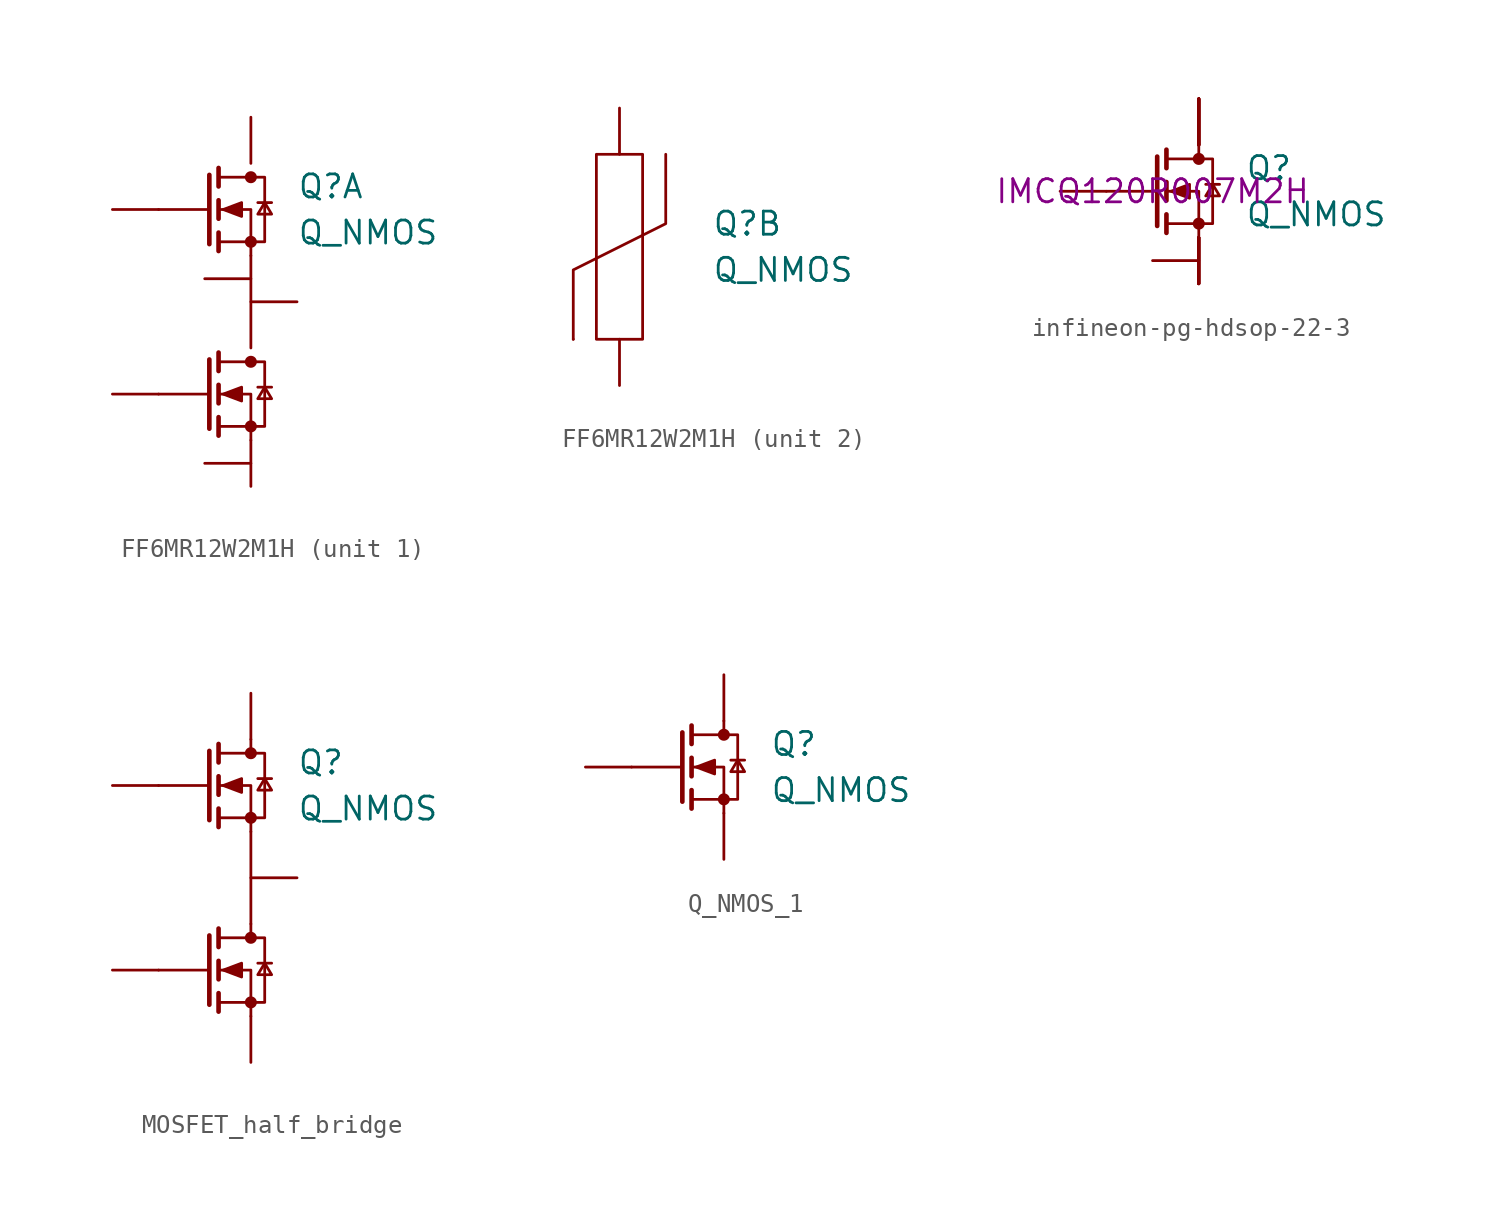
<source format=kicad_sym>
(kicad_symbol_lib
  (version 20241209)
  (generator "kicad_symbol_editor")
  (generator_version "9.0")
  (symbol "FF6MR12W2M1H"
    (pin_numbers
      (hide yes))
    (pin_names
      (offset 0)
      (hide yes))
    (property "Reference" "Q"
      (at 5.08 1.27 0)
      (effects (font (size 1.27 1.27)) (justify left)))
    (property "Value" "Q_NMOS"
      (at 5.08 -1.27 0)
      (effects (font (size 1.27 1.27)) (justify left)))
    (property "ki_locked" ""
      (at 0 0 0)
      (effects (font (size 1.27 1.27))))
    (symbol "FF6MR12W2M1H_1_1"
      (polyline (pts (xy 0.254 1.905) (xy 0.254 -1.905)) (stroke (width 0.254) (type solid)) (fill (type none)))
      (polyline (pts (xy 0.254 0) (xy -2.54 0)) (stroke (width 0) (type solid)) (fill (type none)))
      (polyline (pts (xy 0.254 -8.255) (xy 0.254 -12.065)) (stroke (width 0.254) (type solid)) (fill (type none)))
      (polyline (pts (xy 0.254 -10.16) (xy -2.54 -10.16)) (stroke (width 0) (type solid)) (fill (type none)))
      (polyline (pts (xy 0.762 2.286) (xy 0.762 1.27)) (stroke (width 0.254) (type solid)) (fill (type none)))
      (polyline (pts (xy 0.762 0.508) (xy 0.762 -0.508)) (stroke (width 0.254) (type solid)) (fill (type none)))
      (polyline (pts (xy 0.762 -1.27) (xy 0.762 -2.286)) (stroke (width 0.254) (type solid)) (fill (type none)))
      (polyline (pts (xy 0.762 -1.778) (xy 3.302 -1.778) (xy 3.302 1.778) (xy 0.762 1.778)) (stroke (width 0) (type solid)) (fill (type none)))
      (polyline (pts (xy 0.762 -7.874) (xy 0.762 -8.89)) (stroke (width 0.254) (type solid)) (fill (type none)))
      (polyline (pts (xy 0.762 -9.652) (xy 0.762 -10.668)) (stroke (width 0.254) (type solid)) (fill (type none)))
      (polyline (pts (xy 0.762 -11.43) (xy 0.762 -12.446)) (stroke (width 0.254) (type solid)) (fill (type none)))
      (polyline (pts (xy 0.762 -11.938) (xy 3.302 -11.938) (xy 3.302 -8.382) (xy 0.762 -8.382)) (stroke (width 0) (type solid)) (fill (type none)))
      (polyline (pts (xy 1.016 0) (xy 2.032 0.381) (xy 2.032 -0.381) (xy 1.016 0)) (stroke (width 0) (type solid)) (fill (type outline)))
      (polyline (pts (xy 1.016 -10.16) (xy 2.032 -9.779) (xy 2.032 -10.541) (xy 1.016 -10.16)) (stroke (width 0) (type solid)) (fill (type outline)))
      (circle (center 2.54 1.778) (radius 0.254) (stroke (width 0) (type solid)) (fill (type outline)))
      (circle (center 2.54 -1.778) (radius 0.254) (stroke (width 0) (type solid)) (fill (type outline)))
      (polyline (pts (xy 2.54 -2.54) (xy 2.54 -7.62)) (stroke (width 0) (type solid)) (fill (type none)))
      (polyline (pts (xy 2.54 -2.54) (xy 2.54 0) (xy 0.762 0)) (stroke (width 0) (type solid)) (fill (type none)))
      (circle (center 2.54 -8.382) (radius 0.254) (stroke (width 0) (type solid)) (fill (type outline)))
      (circle (center 2.54 -11.938) (radius 0.254) (stroke (width 0) (type solid)) (fill (type outline)))
      (polyline (pts (xy 2.54 -12.7) (xy 2.54 -10.16) (xy 0.762 -10.16)) (stroke (width 0) (type solid)) (fill (type none)))
      (polyline (pts (xy 2.921 0.381) (xy 3.683 0.381)) (stroke (width 0) (type solid)) (fill (type none)))
      (polyline (pts (xy 2.921 -9.779) (xy 3.683 -9.779)) (stroke (width 0) (type solid)) (fill (type none)))
      (polyline (pts (xy 3.302 0.381) (xy 2.921 -0.254) (xy 3.683 -0.254) (xy 3.302 0.381)) (stroke (width 0) (type solid)) (fill (type none)))
      (polyline (pts (xy 3.302 -9.779) (xy 2.921 -10.414) (xy 3.683 -10.414) (xy 3.302 -9.779)) (stroke (width 0) (type solid)) (fill (type none)))
      (pin input line (at -5.08 0 0) (length 2.54) (name "G1" (effects (font (size 1.27 1.27)))) (number "G1" (effects (font (size 1.27 1.27)))))
      (pin input line (at -5.08 -10.16 0) (length 2.54) (name "G2" (effects (font (size 1.27 1.27)))) (number "G2" (effects (font (size 1.27 1.27)))))
      (pin passive line (at 0 -3.81 0) (length 2.54) (name "HS1" (effects (font (size 1.27 1.27)))) (number "HS1" (effects (font (size 1.27 1.27)))))
      (pin passive line (at 0 -13.97 0) (length 2.54) (name "HS2" (effects (font (size 1.27 1.27)))) (number "HS2" (effects (font (size 1.27 1.27)))))
      (pin passive line (at 2.54 5.08 270) (length 2.54) (name "P1" (effects (font (size 1.27 1.27)))) (number "P1" (effects (font (size 1.27 1.27)))))
      (pin passive line (at 2.54 -15.24 90) (length 2.54) (name "N1" (effects (font (size 1.27 1.27)))) (number "N1" (effects (font (size 1.27 1.27)))))
      (pin passive line (at 5.08 -5.08 180) (length 2.54) (name "X1" (effects (font (size 1.27 1.27)))) (number "X1" (effects (font (size 1.27 1.27))))))
    (symbol "FF6MR12W2M1H_2_1"
      (polyline (pts (xy -2.54 -5.08) (xy -2.54 -5.08)) (stroke (width 0) (type default)) (fill (type none)))
      (rectangle (start -1.27 5.08) (end 1.27 -5.08) (stroke (width 0) (type default)) (fill (type none)))
      (polyline (pts (xy 2.54 5.08) (xy 2.54 1.27) (xy -2.54 -1.27) (xy -2.54 -5.08)) (stroke (width 0) (type default)) (fill (type none)))
      (pin passive line (at 0 7.62 270) (length 2.54) (name "X2" (effects (font (size 1.27 1.27)))) (number "X2" (effects (font (size 1.27 1.27)))))
      (pin passive line (at 0 -7.62 90) (length 2.54) (name "X3" (effects (font (size 1.27 1.27)))) (number "X3" (effects (font (size 1.27 1.27)))))))
  (symbol "infineon-pg-hdsop-22-3"
    (pin_numbers
      (hide yes))
    (pin_names
      (offset 0)
      (hide yes))
    (property "Reference" "Q"
      (at 5.08 1.27 0)
      (effects (font (size 1.27 1.27)) (justify left)))
    (property "Value" "Q_NMOS"
      (at 5.08 -1.27 0)
      (effects (font (size 1.27 1.27)) (justify left)))
    (property "Part Number" "IMCQ120R007M2H"
      (at 0 0 0)
      (effects (font (size 1.27 1.27))))
    (symbol "infineon-pg-hdsop-22-3_0_1"
      (polyline (pts (xy 0.254 1.905) (xy 0.254 -1.905)) (stroke (width 0.254) (type default)) (fill (type none)))
      (polyline (pts (xy 0.254 0) (xy -2.54 0)) (stroke (width 0) (type default)) (fill (type none)))
      (polyline (pts (xy 0.762 2.286) (xy 0.762 1.27)) (stroke (width 0.254) (type default)) (fill (type none)))
      (polyline (pts (xy 0.762 0.508) (xy 0.762 -0.508)) (stroke (width 0.254) (type default)) (fill (type none)))
      (polyline (pts (xy 0.762 -1.27) (xy 0.762 -2.286)) (stroke (width 0.254) (type default)) (fill (type none)))
      (polyline (pts (xy 0.762 -1.778) (xy 3.302 -1.778) (xy 3.302 1.778) (xy 0.762 1.778)) (stroke (width 0) (type default)) (fill (type none)))
      (polyline (pts (xy 1.016 0) (xy 2.032 0.381) (xy 2.032 -0.381) (xy 1.016 0)) (stroke (width 0) (type default)) (fill (type outline)))
      (polyline (pts (xy 2.54 2.54) (xy 2.54 1.778)) (stroke (width 0) (type default)) (fill (type none)))
      (circle (center 2.54 1.778) (radius 0.254) (stroke (width 0) (type default)) (fill (type outline)))
      (circle (center 2.54 -1.778) (radius 0.254) (stroke (width 0) (type default)) (fill (type outline)))
      (polyline (pts (xy 2.54 -2.54) (xy 2.54 0) (xy 0.762 0)) (stroke (width 0) (type default)) (fill (type none)))
      (polyline (pts (xy 2.921 0.381) (xy 3.683 0.381)) (stroke (width 0) (type default)) (fill (type none)))
      (polyline (pts (xy 3.302 0.381) (xy 2.921 -0.254) (xy 3.683 -0.254) (xy 3.302 0.381)) (stroke (width 0) (type default)) (fill (type none))))
    (symbol "infineon-pg-hdsop-22-3_1_1"
      (pin passive line (at -5.08 0 0) (length 2.54) (name "G" (effects (font (size 1.27 1.27)))) (number "1" (effects (font (size 1.27 1.27)))))
      (pin passive line (at 0 -3.81 0) (length 2.54) (name "S1" (effects (font (size 1.27 1.27)))) (number "2" (effects (font (size 1.27 1.27)))))
      (pin passive line (at 2.54 5.08 270) (length 2.54) (name "D" (effects (font (size 1.27 1.27)))) (number "12" (effects (font (size 1.27 1.27)))))
      (pin passive line (at 2.54 5.08 270) (length 2.54) (name "D" (effects (font (size 1.27 1.27)))) (number "13" (effects (font (size 1.27 1.27)))))
      (pin passive line (at 2.54 5.08 270) (length 2.54) (name "D" (effects (font (size 1.27 1.27)))) (number "14" (effects (font (size 1.27 1.27)))))
      (pin passive line (at 2.54 5.08 270) (length 2.54) (name "D" (effects (font (size 1.27 1.27)))) (number "15" (effects (font (size 1.27 1.27)))))
      (pin passive line (at 2.54 5.08 270) (length 2.54) (name "D" (effects (font (size 1.27 1.27)))) (number "16" (effects (font (size 1.27 1.27)))))
      (pin passive line (at 2.54 5.08 270) (length 2.54) (name "D" (effects (font (size 1.27 1.27)))) (number "17" (effects (font (size 1.27 1.27)))))
      (pin passive line (at 2.54 5.08 270) (length 2.54) (name "D" (effects (font (size 1.27 1.27)))) (number "18" (effects (font (size 1.27 1.27)))))
      (pin passive line (at 2.54 5.08 270) (length 2.54) (name "D" (effects (font (size 1.27 1.27)))) (number "19" (effects (font (size 1.27 1.27)))))
      (pin passive line (at 2.54 5.08 270) (length 2.54) (name "D" (effects (font (size 1.27 1.27)))) (number "20" (effects (font (size 1.27 1.27)))))
      (pin passive line (at 2.54 5.08 270) (length 2.54) (name "D" (effects (font (size 1.27 1.27)))) (number "21" (effects (font (size 1.27 1.27)))))
      (pin passive line (at 2.54 5.08 270) (length 2.54) (name "D" (effects (font (size 1.27 1.27)))) (number "22" (effects (font (size 1.27 1.27)))))
      (pin passive line (at 2.54 -5.08 90) (length 2.54) (name "S" (effects (font (size 1.27 1.27)))) (number "10" (effects (font (size 1.27 1.27)))))
      (pin passive line (at 2.54 -5.08 90) (length 2.54) (name "S" (effects (font (size 1.27 1.27)))) (number "11" (effects (font (size 1.27 1.27)))))
      (pin passive line (at 2.54 -5.08 90) (length 2.54) (name "S" (effects (font (size 1.27 1.27)))) (number "3" (effects (font (size 1.27 1.27)))))
      (pin passive line (at 2.54 -5.08 90) (length 2.54) (name "S" (effects (font (size 1.27 1.27)))) (number "4" (effects (font (size 1.27 1.27)))))
      (pin passive line (at 2.54 -5.08 90) (length 2.54) (name "S" (effects (font (size 1.27 1.27)))) (number "5" (effects (font (size 1.27 1.27)))))
      (pin passive line (at 2.54 -5.08 90) (length 2.54) (name "S" (effects (font (size 1.27 1.27)))) (number "6" (effects (font (size 1.27 1.27)))))
      (pin passive line (at 2.54 -5.08 90) (length 2.54) (name "S" (effects (font (size 1.27 1.27)))) (number "7" (effects (font (size 1.27 1.27)))))
      (pin passive line (at 2.54 -5.08 90) (length 2.54) (name "S" (effects (font (size 1.27 1.27)))) (number "8" (effects (font (size 1.27 1.27)))))
      (pin passive line (at 2.54 -5.08 90) (length 2.54) (name "S" (effects (font (size 1.27 1.27)))) (number "9" (effects (font (size 1.27 1.27)))))))
  (symbol "MOSFET_half_bridge"
    (pin_numbers
      (hide yes))
    (pin_names
      (offset 0)
      (hide yes))
    (property "Reference" "Q"
      (at 5.08 1.27 0)
      (effects (font (size 1.27 1.27)) (justify left)))
    (property "Value" "Q_NMOS"
      (at 5.08 -1.27 0)
      (effects (font (size 1.27 1.27)) (justify left)))
    (symbol "MOSFET_half_bridge_0_1"
      (polyline (pts (xy 0.254 1.905) (xy 0.254 -1.905)) (stroke (width 0.254) (type default)) (fill (type none)))
      (polyline (pts (xy 0.254 0) (xy -2.54 0)) (stroke (width 0) (type default)) (fill (type none)))
      (polyline (pts (xy 0.254 -8.255) (xy 0.254 -12.065)) (stroke (width 0.254) (type default)) (fill (type none)))
      (polyline (pts (xy 0.254 -10.16) (xy -2.54 -10.16)) (stroke (width 0) (type default)) (fill (type none)))
      (polyline (pts (xy 0.762 2.286) (xy 0.762 1.27)) (stroke (width 0.254) (type default)) (fill (type none)))
      (polyline (pts (xy 0.762 0.508) (xy 0.762 -0.508)) (stroke (width 0.254) (type default)) (fill (type none)))
      (polyline (pts (xy 0.762 -1.27) (xy 0.762 -2.286)) (stroke (width 0.254) (type default)) (fill (type none)))
      (polyline (pts (xy 0.762 -1.778) (xy 3.302 -1.778) (xy 3.302 1.778) (xy 0.762 1.778)) (stroke (width 0) (type default)) (fill (type none)))
      (polyline (pts (xy 0.762 -7.874) (xy 0.762 -8.89)) (stroke (width 0.254) (type default)) (fill (type none)))
      (polyline (pts (xy 0.762 -9.652) (xy 0.762 -10.668)) (stroke (width 0.254) (type default)) (fill (type none)))
      (polyline (pts (xy 0.762 -11.43) (xy 0.762 -12.446)) (stroke (width 0.254) (type default)) (fill (type none)))
      (polyline (pts (xy 0.762 -11.938) (xy 3.302 -11.938) (xy 3.302 -8.382) (xy 0.762 -8.382)) (stroke (width 0) (type default)) (fill (type none)))
      (polyline (pts (xy 1.016 0) (xy 2.032 0.381) (xy 2.032 -0.381) (xy 1.016 0)) (stroke (width 0) (type default)) (fill (type outline)))
      (polyline (pts (xy 1.016 -10.16) (xy 2.032 -9.779) (xy 2.032 -10.541) (xy 1.016 -10.16)) (stroke (width 0) (type default)) (fill (type outline)))
      (polyline (pts (xy 2.54 2.54) (xy 2.54 1.778)) (stroke (width 0) (type default)) (fill (type none)))
      (circle (center 2.54 1.778) (radius 0.254) (stroke (width 0) (type default)) (fill (type outline)))
      (circle (center 2.54 -1.778) (radius 0.254) (stroke (width 0) (type default)) (fill (type outline)))
      (polyline (pts (xy 2.54 -2.54) (xy 2.54 -7.62)) (stroke (width 0) (type default)) (fill (type none)))
      (polyline (pts (xy 2.54 -2.54) (xy 2.54 0) (xy 0.762 0)) (stroke (width 0) (type default)) (fill (type none)))
      (polyline (pts (xy 2.54 -7.62) (xy 2.54 -8.382)) (stroke (width 0) (type default)) (fill (type none)))
      (circle (center 2.54 -8.382) (radius 0.254) (stroke (width 0) (type default)) (fill (type outline)))
      (circle (center 2.54 -11.938) (radius 0.254) (stroke (width 0) (type default)) (fill (type outline)))
      (polyline (pts (xy 2.54 -12.7) (xy 2.54 -10.16) (xy 0.762 -10.16)) (stroke (width 0) (type default)) (fill (type none)))
      (polyline (pts (xy 2.921 0.381) (xy 3.683 0.381)) (stroke (width 0) (type default)) (fill (type none)))
      (polyline (pts (xy 2.921 -9.779) (xy 3.683 -9.779)) (stroke (width 0) (type default)) (fill (type none)))
      (polyline (pts (xy 3.302 0.381) (xy 2.921 -0.254) (xy 3.683 -0.254) (xy 3.302 0.381)) (stroke (width 0) (type default)) (fill (type none)))
      (polyline (pts (xy 3.302 -9.779) (xy 2.921 -10.414) (xy 3.683 -10.414) (xy 3.302 -9.779)) (stroke (width 0) (type default)) (fill (type none))))
    (symbol "MOSFET_half_bridge_1_1"
      (pin input line (at -5.08 0 0) (length 2.54) (name "G1" (effects (font (size 1.27 1.27)))) (number "G1" (effects (font (size 1.27 1.27)))))
      (pin input line (at -5.08 -10.16 0) (length 2.54) (name "G2" (effects (font (size 1.27 1.27)))) (number "G2" (effects (font (size 1.27 1.27)))))
      (pin passive line (at 2.54 5.08 270) (length 2.54) (name "D" (effects (font (size 1.27 1.27)))) (number "D" (effects (font (size 1.27 1.27)))))
      (pin passive line (at 2.54 -15.24 90) (length 2.54) (name "S" (effects (font (size 1.27 1.27)))) (number "S" (effects (font (size 1.27 1.27)))))
      (pin passive line (at 5.08 -5.08 180) (length 2.54) (name "C" (effects (font (size 1.27 1.27)))) (number "C" (effects (font (size 1.27 1.27)))))))
  (symbol "Q_NMOS_1"
    (pin_numbers
      (hide yes))
    (pin_names
      (offset 0)
      (hide yes))
    (property "Reference" "Q"
      (at 5.08 1.27 0)
      (effects (font (size 1.27 1.27)) (justify left)))
    (property "Value" "Q_NMOS"
      (at 5.08 -1.27 0)
      (effects (font (size 1.27 1.27)) (justify left)))
    (symbol "Q_NMOS_1_0_1"
      (polyline (pts (xy 0.254 1.905) (xy 0.254 -1.905)) (stroke (width 0.254) (type default)) (fill (type none)))
      (polyline (pts (xy 0.254 0) (xy -2.54 0)) (stroke (width 0) (type default)) (fill (type none)))
      (polyline (pts (xy 0.762 2.286) (xy 0.762 1.27)) (stroke (width 0.254) (type default)) (fill (type none)))
      (polyline (pts (xy 0.762 0.508) (xy 0.762 -0.508)) (stroke (width 0.254) (type default)) (fill (type none)))
      (polyline (pts (xy 0.762 -1.27) (xy 0.762 -2.286)) (stroke (width 0.254) (type default)) (fill (type none)))
      (polyline (pts (xy 0.762 -1.778) (xy 3.302 -1.778) (xy 3.302 1.778) (xy 0.762 1.778)) (stroke (width 0) (type default)) (fill (type none)))
      (polyline (pts (xy 1.016 0) (xy 2.032 0.381) (xy 2.032 -0.381) (xy 1.016 0)) (stroke (width 0) (type default)) (fill (type outline)))
      (polyline (pts (xy 2.54 2.54) (xy 2.54 1.778)) (stroke (width 0) (type default)) (fill (type none)))
      (circle (center 2.54 1.778) (radius 0.254) (stroke (width 0) (type default)) (fill (type outline)))
      (circle (center 2.54 -1.778) (radius 0.254) (stroke (width 0) (type default)) (fill (type outline)))
      (polyline (pts (xy 2.54 -2.54) (xy 2.54 0) (xy 0.762 0)) (stroke (width 0) (type default)) (fill (type none)))
      (polyline (pts (xy 2.921 0.381) (xy 3.683 0.381)) (stroke (width 0) (type default)) (fill (type none)))
      (polyline (pts (xy 3.302 0.381) (xy 2.921 -0.254) (xy 3.683 -0.254) (xy 3.302 0.381)) (stroke (width 0) (type default)) (fill (type none))))
    (symbol "Q_NMOS_1_1_1"
      (pin input line (at -5.08 0 0) (length 2.54) (name "G" (effects (font (size 1.27 1.27)))) (number "G" (effects (font (size 1.27 1.27)))))
      (pin passive line (at 2.54 5.08 270) (length 2.54) (name "D" (effects (font (size 1.27 1.27)))) (number "D" (effects (font (size 1.27 1.27)))))
      (pin passive line (at 2.54 -5.08 90) (length 2.54) (name "S" (effects (font (size 1.27 1.27)))) (number "S" (effects (font (size 1.27 1.27))))))))
</source>
